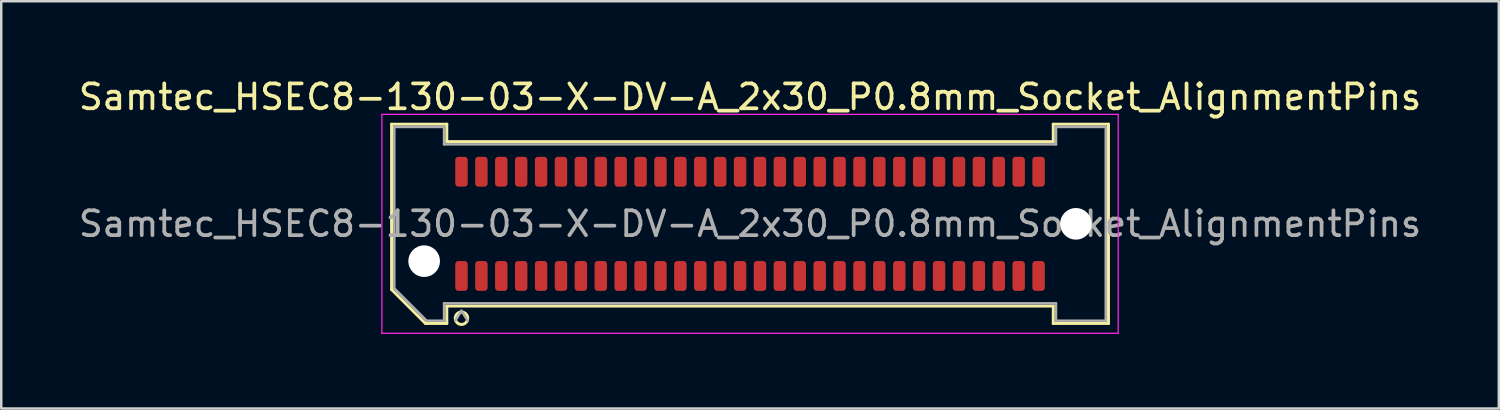
<source format=kicad_pcb>
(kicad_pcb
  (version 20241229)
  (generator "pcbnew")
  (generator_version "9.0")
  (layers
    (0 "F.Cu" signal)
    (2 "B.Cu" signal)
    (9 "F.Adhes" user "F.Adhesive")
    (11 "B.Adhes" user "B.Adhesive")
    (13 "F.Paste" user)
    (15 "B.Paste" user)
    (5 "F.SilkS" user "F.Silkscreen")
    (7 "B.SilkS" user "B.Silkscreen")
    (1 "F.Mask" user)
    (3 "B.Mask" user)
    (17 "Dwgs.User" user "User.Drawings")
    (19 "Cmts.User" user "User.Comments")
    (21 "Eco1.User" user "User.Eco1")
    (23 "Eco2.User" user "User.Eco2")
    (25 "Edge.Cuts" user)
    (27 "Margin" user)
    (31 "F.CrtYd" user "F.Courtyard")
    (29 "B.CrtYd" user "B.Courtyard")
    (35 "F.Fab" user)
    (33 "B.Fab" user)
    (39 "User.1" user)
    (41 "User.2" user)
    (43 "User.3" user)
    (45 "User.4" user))
  (footprint "Samtec_HSEC8-130-03-X-DV-A_2x30_P0.8mm_Socket_AlignmentPins"
    (layer "F.Cu")
    (at 27.101 5.948)
    (property "Reference" "Samtec_HSEC8-130-03-X-DV-A_2x30_P0.8mm_Socket_AlignmentPins" (at 0 -5.1 0) (layer "F.SilkS") (effects (font (size 1 1) (thickness 0.15))))
    (attr smd)
    (fp_line (start -14.41 -4.005) (end -12.19 -4.005) (stroke (width 0.12) (type solid)) (layer "F.SilkS"))
    (fp_line (start -14.41 2.641) (end -14.41 -4.005) (stroke (width 0.12) (type solid)) (layer "F.SilkS"))
    (fp_line (start -13.046 4.005) (end -14.41 2.641) (stroke (width 0.12) (type solid)) (layer "F.SilkS"))
    (fp_line (start -12.19 -4.005) (end -12.19 -3.305) (stroke (width 0.12) (type solid)) (layer "F.SilkS"))
    (fp_line (start -12.19 -3.305) (end 12.19 -3.305) (stroke (width 0.12) (type solid)) (layer "F.SilkS"))
    (fp_line (start -12.19 3.305) (end -12.19 4.005) (stroke (width 0.12) (type solid)) (layer "F.SilkS"))
    (fp_line (start -12.19 4.005) (end -13.046 4.005) (stroke (width 0.12) (type solid)) (layer "F.SilkS"))
    (fp_line (start 12.19 -4.005) (end 14.41 -4.005) (stroke (width 0.12) (type solid)) (layer "F.SilkS"))
    (fp_line (start 12.19 -3.305) (end 12.19 -4.005) (stroke (width 0.12) (type solid)) (layer "F.SilkS"))
    (fp_line (start 12.19 3.305) (end -12.19 3.305) (stroke (width 0.12) (type solid)) (layer "F.SilkS"))
    (fp_line (start 12.19 4.005) (end 12.19 3.305) (stroke (width 0.12) (type solid)) (layer "F.SilkS"))
    (fp_line (start 14.41 -4.005) (end 14.41 4.005) (stroke (width 0.12) (type solid)) (layer "F.SilkS"))
    (fp_line (start 14.41 4.005) (end 12.19 4.005) (stroke (width 0.12) (type solid)) (layer "F.SilkS"))
    (fp_arc (start -11.35 3.795) (mid -11.85 3.795) (end -11.35 3.795) (stroke (width 0.12) (type solid)) (layer "F.SilkS"))
    (fp_line (start -14.8 -4.4) (end -14.8 4.4) (stroke (width 0.05) (type solid)) (layer "F.CrtYd"))
    (fp_line (start -14.8 4.4) (end 14.8 4.4) (stroke (width 0.05) (type solid)) (layer "F.CrtYd"))
    (fp_line (start 14.8 -4.4) (end -14.8 -4.4) (stroke (width 0.05) (type solid)) (layer "F.CrtYd"))
    (fp_line (start 14.8 4.4) (end 14.8 -4.4) (stroke (width 0.05) (type solid)) (layer "F.CrtYd"))
    (fp_line (start -14.3 -3.895) (end -12.3 -3.895) (stroke (width 0.1) (type solid)) (layer "F.Fab"))
    (fp_line (start -14.3 2.595) (end -14.3 -3.895) (stroke (width 0.1) (type solid)) (layer "F.Fab"))
    (fp_line (start -13 3.895) (end -14.3 2.595) (stroke (width 0.1) (type solid)) (layer "F.Fab"))
    (fp_line (start -12.3 -3.895) (end -12.3 -3.195) (stroke (width 0.1) (type solid)) (layer "F.Fab"))
    (fp_line (start -12.3 -3.195) (end 12.3 -3.195) (stroke (width 0.1) (type solid)) (layer "F.Fab"))
    (fp_line (start -12.3 3.195) (end -12.3 3.895) (stroke (width 0.1) (type solid)) (layer "F.Fab"))
    (fp_line (start -12.3 3.895) (end -13 3.895) (stroke (width 0.1) (type solid)) (layer "F.Fab"))
    (fp_line (start -11.6 3.495) (end -11.85 3.895) (stroke (width 0.1) (type solid)) (layer "F.Fab"))
    (fp_line (start -11.6 3.495) (end -11.35 3.895) (stroke (width 0.1) (type solid)) (layer "F.Fab"))
    (fp_line (start 12.3 -3.895) (end 14.3 -3.895) (stroke (width 0.1) (type solid)) (layer "F.Fab"))
    (fp_line (start 12.3 -3.195) (end 12.3 -3.895) (stroke (width 0.1) (type solid)) (layer "F.Fab"))
    (fp_line (start 12.3 3.195) (end -12.3 3.195) (stroke (width 0.1) (type solid)) (layer "F.Fab"))
    (fp_line (start 12.3 3.895) (end 12.3 3.195) (stroke (width 0.1) (type solid)) (layer "F.Fab"))
    (fp_line (start 14.3 -3.895) (end 14.3 3.895) (stroke (width 0.1) (type solid)) (layer "F.Fab"))
    (fp_line (start 14.3 3.895) (end 12.3 3.895) (stroke (width 0.1) (type solid)) (layer "F.Fab"))
    (fp_text user "${REFERENCE}" (at 0 0 0) (layer "F.Fab") (effects (font (size 1 1) (thickness 0.15))))
    (pad "" np_thru_hole circle (at -13.1 1.5) (size 1.27 1.27) (drill 1.27) (layers "*.Cu" "*.Mask"))
    (pad "" np_thru_hole circle (at 13.1 0) (size 1.27 1.27) (drill 1.27) (layers "*.Cu" "*.Mask"))
    (pad "1" smd roundrect (at -11.6 2.095) (size 0.5 1.2) (layers "F.Cu" "F.Mask" "F.Paste") (roundrect_rratio 0.25))
    (pad "2" smd roundrect (at -11.6 -2.095) (size 0.5 1.2) (layers "F.Cu" "F.Mask" "F.Paste") (roundrect_rratio 0.25))
    (pad "3" smd roundrect (at -10.8 2.095) (size 0.5 1.2) (layers "F.Cu" "F.Mask" "F.Paste") (roundrect_rratio 0.25))
    (pad "4" smd roundrect (at -10.8 -2.095) (size 0.5 1.2) (layers "F.Cu" "F.Mask" "F.Paste") (roundrect_rratio 0.25))
    (pad "5" smd roundrect (at -10 2.095) (size 0.5 1.2) (layers "F.Cu" "F.Mask" "F.Paste") (roundrect_rratio 0.25))
    (pad "6" smd roundrect (at -10 -2.095) (size 0.5 1.2) (layers "F.Cu" "F.Mask" "F.Paste") (roundrect_rratio 0.25))
    (pad "7" smd roundrect (at -9.2 2.095) (size 0.5 1.2) (layers "F.Cu" "F.Mask" "F.Paste") (roundrect_rratio 0.25))
    (pad "8" smd roundrect (at -9.2 -2.095) (size 0.5 1.2) (layers "F.Cu" "F.Mask" "F.Paste") (roundrect_rratio 0.25))
    (pad "9" smd roundrect (at -8.4 2.095) (size 0.5 1.2) (layers "F.Cu" "F.Mask" "F.Paste") (roundrect_rratio 0.25))
    (pad "10" smd roundrect (at -8.4 -2.095) (size 0.5 1.2) (layers "F.Cu" "F.Mask" "F.Paste") (roundrect_rratio 0.25))
    (pad "11" smd roundrect (at -7.6 2.095) (size 0.5 1.2) (layers "F.Cu" "F.Mask" "F.Paste") (roundrect_rratio 0.25))
    (pad "12" smd roundrect (at -7.6 -2.095) (size 0.5 1.2) (layers "F.Cu" "F.Mask" "F.Paste") (roundrect_rratio 0.25))
    (pad "13" smd roundrect (at -6.8 2.095) (size 0.5 1.2) (layers "F.Cu" "F.Mask" "F.Paste") (roundrect_rratio 0.25))
    (pad "14" smd roundrect (at -6.8 -2.095) (size 0.5 1.2) (layers "F.Cu" "F.Mask" "F.Paste") (roundrect_rratio 0.25))
    (pad "15" smd roundrect (at -6 2.095) (size 0.5 1.2) (layers "F.Cu" "F.Mask" "F.Paste") (roundrect_rratio 0.25))
    (pad "16" smd roundrect (at -6 -2.095) (size 0.5 1.2) (layers "F.Cu" "F.Mask" "F.Paste") (roundrect_rratio 0.25))
    (pad "17" smd roundrect (at -5.2 2.095) (size 0.5 1.2) (layers "F.Cu" "F.Mask" "F.Paste") (roundrect_rratio 0.25))
    (pad "18" smd roundrect (at -5.2 -2.095) (size 0.5 1.2) (layers "F.Cu" "F.Mask" "F.Paste") (roundrect_rratio 0.25))
    (pad "19" smd roundrect (at -4.4 2.095) (size 0.5 1.2) (layers "F.Cu" "F.Mask" "F.Paste") (roundrect_rratio 0.25))
    (pad "20" smd roundrect (at -4.4 -2.095) (size 0.5 1.2) (layers "F.Cu" "F.Mask" "F.Paste") (roundrect_rratio 0.25))
    (pad "21" smd roundrect (at -3.6 2.095) (size 0.5 1.2) (layers "F.Cu" "F.Mask" "F.Paste") (roundrect_rratio 0.25))
    (pad "22" smd roundrect (at -3.6 -2.095) (size 0.5 1.2) (layers "F.Cu" "F.Mask" "F.Paste") (roundrect_rratio 0.25))
    (pad "23" smd roundrect (at -2.8 2.095) (size 0.5 1.2) (layers "F.Cu" "F.Mask" "F.Paste") (roundrect_rratio 0.25))
    (pad "24" smd roundrect (at -2.8 -2.095) (size 0.5 1.2) (layers "F.Cu" "F.Mask" "F.Paste") (roundrect_rratio 0.25))
    (pad "25" smd roundrect (at -2 2.095) (size 0.5 1.2) (layers "F.Cu" "F.Mask" "F.Paste") (roundrect_rratio 0.25))
    (pad "26" smd roundrect (at -2 -2.095) (size 0.5 1.2) (layers "F.Cu" "F.Mask" "F.Paste") (roundrect_rratio 0.25))
    (pad "27" smd roundrect (at -1.2 2.095) (size 0.5 1.2) (layers "F.Cu" "F.Mask" "F.Paste") (roundrect_rratio 0.25))
    (pad "28" smd roundrect (at -1.2 -2.095) (size 0.5 1.2) (layers "F.Cu" "F.Mask" "F.Paste") (roundrect_rratio 0.25))
    (pad "29" smd roundrect (at -0.4 2.095) (size 0.5 1.2) (layers "F.Cu" "F.Mask" "F.Paste") (roundrect_rratio 0.25))
    (pad "30" smd roundrect (at -0.4 -2.095) (size 0.5 1.2) (layers "F.Cu" "F.Mask" "F.Paste") (roundrect_rratio 0.25))
    (pad "31" smd roundrect (at 0.4 2.095) (size 0.5 1.2) (layers "F.Cu" "F.Mask" "F.Paste") (roundrect_rratio 0.25))
    (pad "32" smd roundrect (at 0.4 -2.095) (size 0.5 1.2) (layers "F.Cu" "F.Mask" "F.Paste") (roundrect_rratio 0.25))
    (pad "33" smd roundrect (at 1.2 2.095) (size 0.5 1.2) (layers "F.Cu" "F.Mask" "F.Paste") (roundrect_rratio 0.25))
    (pad "34" smd roundrect (at 1.2 -2.095) (size 0.5 1.2) (layers "F.Cu" "F.Mask" "F.Paste") (roundrect_rratio 0.25))
    (pad "35" smd roundrect (at 2 2.095) (size 0.5 1.2) (layers "F.Cu" "F.Mask" "F.Paste") (roundrect_rratio 0.25))
    (pad "36" smd roundrect (at 2 -2.095) (size 0.5 1.2) (layers "F.Cu" "F.Mask" "F.Paste") (roundrect_rratio 0.25))
    (pad "37" smd roundrect (at 2.8 2.095) (size 0.5 1.2) (layers "F.Cu" "F.Mask" "F.Paste") (roundrect_rratio 0.25))
    (pad "38" smd roundrect (at 2.8 -2.095) (size 0.5 1.2) (layers "F.Cu" "F.Mask" "F.Paste") (roundrect_rratio 0.25))
    (pad "39" smd roundrect (at 3.6 2.095) (size 0.5 1.2) (layers "F.Cu" "F.Mask" "F.Paste") (roundrect_rratio 0.25))
    (pad "40" smd roundrect (at 3.6 -2.095) (size 0.5 1.2) (layers "F.Cu" "F.Mask" "F.Paste") (roundrect_rratio 0.25))
    (pad "41" smd roundrect (at 4.4 2.095) (size 0.5 1.2) (layers "F.Cu" "F.Mask" "F.Paste") (roundrect_rratio 0.25))
    (pad "42" smd roundrect (at 4.4 -2.095) (size 0.5 1.2) (layers "F.Cu" "F.Mask" "F.Paste") (roundrect_rratio 0.25))
    (pad "43" smd roundrect (at 5.2 2.095) (size 0.5 1.2) (layers "F.Cu" "F.Mask" "F.Paste") (roundrect_rratio 0.25))
    (pad "44" smd roundrect (at 5.2 -2.095) (size 0.5 1.2) (layers "F.Cu" "F.Mask" "F.Paste") (roundrect_rratio 0.25))
    (pad "45" smd roundrect (at 6 2.095) (size 0.5 1.2) (layers "F.Cu" "F.Mask" "F.Paste") (roundrect_rratio 0.25))
    (pad "46" smd roundrect (at 6 -2.095) (size 0.5 1.2) (layers "F.Cu" "F.Mask" "F.Paste") (roundrect_rratio 0.25))
    (pad "47" smd roundrect (at 6.8 2.095) (size 0.5 1.2) (layers "F.Cu" "F.Mask" "F.Paste") (roundrect_rratio 0.25))
    (pad "48" smd roundrect (at 6.8 -2.095) (size 0.5 1.2) (layers "F.Cu" "F.Mask" "F.Paste") (roundrect_rratio 0.25))
    (pad "49" smd roundrect (at 7.6 2.095) (size 0.5 1.2) (layers "F.Cu" "F.Mask" "F.Paste") (roundrect_rratio 0.25))
    (pad "50" smd roundrect (at 7.6 -2.095) (size 0.5 1.2) (layers "F.Cu" "F.Mask" "F.Paste") (roundrect_rratio 0.25))
    (pad "51" smd roundrect (at 8.4 2.095) (size 0.5 1.2) (layers "F.Cu" "F.Mask" "F.Paste") (roundrect_rratio 0.25))
    (pad "52" smd roundrect (at 8.4 -2.095) (size 0.5 1.2) (layers "F.Cu" "F.Mask" "F.Paste") (roundrect_rratio 0.25))
    (pad "53" smd roundrect (at 9.2 2.095) (size 0.5 1.2) (layers "F.Cu" "F.Mask" "F.Paste") (roundrect_rratio 0.25))
    (pad "54" smd roundrect (at 9.2 -2.095) (size 0.5 1.2) (layers "F.Cu" "F.Mask" "F.Paste") (roundrect_rratio 0.25))
    (pad "55" smd roundrect (at 10 2.095) (size 0.5 1.2) (layers "F.Cu" "F.Mask" "F.Paste") (roundrect_rratio 0.25))
    (pad "56" smd roundrect (at 10 -2.095) (size 0.5 1.2) (layers "F.Cu" "F.Mask" "F.Paste") (roundrect_rratio 0.25))
    (pad "57" smd roundrect (at 10.8 2.095) (size 0.5 1.2) (layers "F.Cu" "F.Mask" "F.Paste") (roundrect_rratio 0.25))
    (pad "58" smd roundrect (at 10.8 -2.095) (size 0.5 1.2) (layers "F.Cu" "F.Mask" "F.Paste") (roundrect_rratio 0.25))
    (pad "59" smd roundrect (at 11.6 2.095) (size 0.5 1.2) (layers "F.Cu" "F.Mask" "F.Paste") (roundrect_rratio 0.25))
    (pad "60" smd roundrect (at 11.6 -2.095) (size 0.5 1.2) (layers "F.Cu" "F.Mask" "F.Paste") (roundrect_rratio 0.25)))
  (gr_rect
    (start -3 -3)
    (end 57.202 13.373)
    (stroke (width 0.1) (type default))
    (fill no)
    (layer "Edge.Cuts")))
</source>
